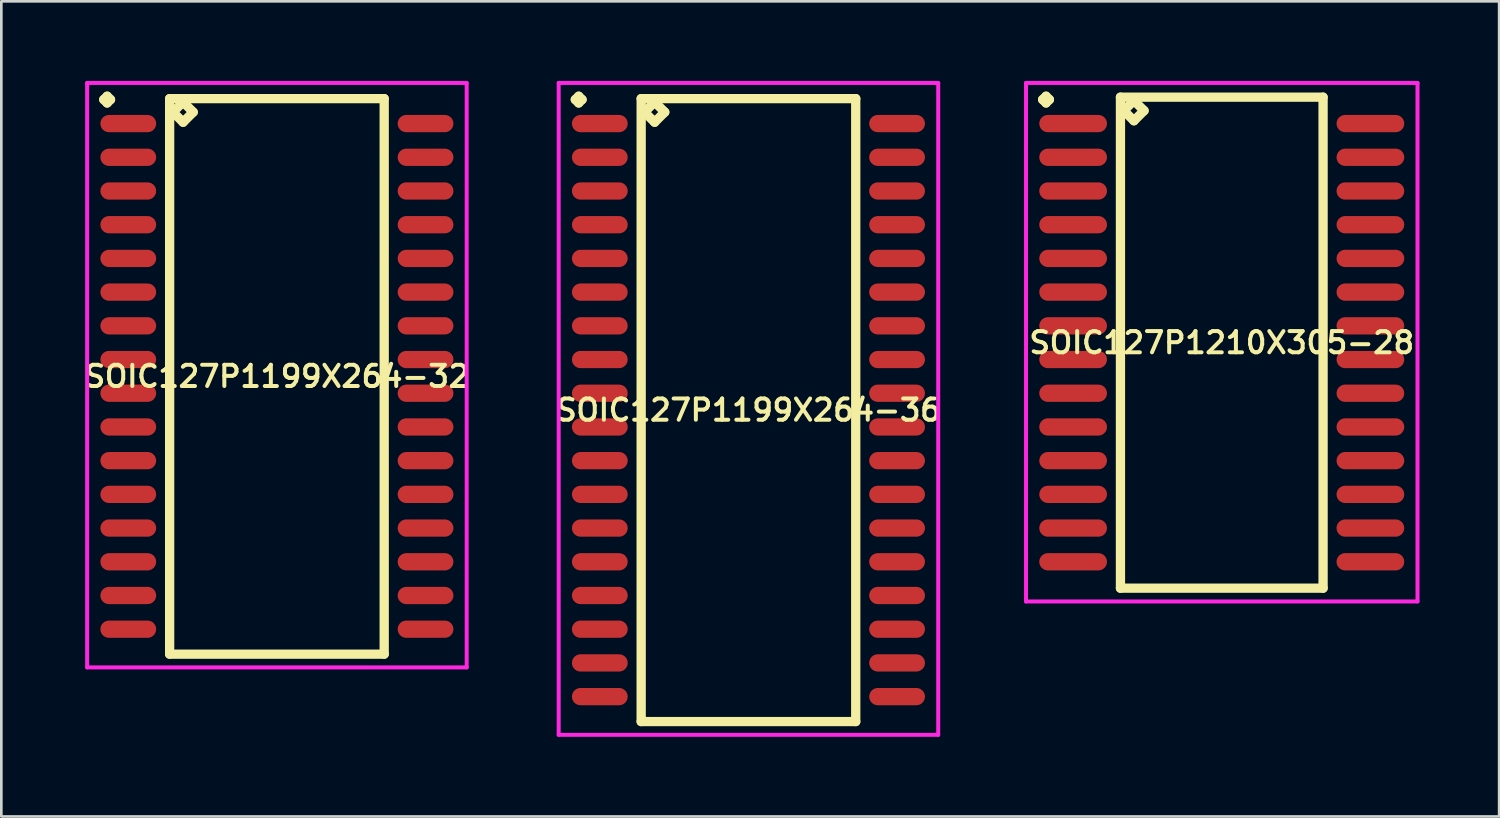
<source format=kicad_pcb>
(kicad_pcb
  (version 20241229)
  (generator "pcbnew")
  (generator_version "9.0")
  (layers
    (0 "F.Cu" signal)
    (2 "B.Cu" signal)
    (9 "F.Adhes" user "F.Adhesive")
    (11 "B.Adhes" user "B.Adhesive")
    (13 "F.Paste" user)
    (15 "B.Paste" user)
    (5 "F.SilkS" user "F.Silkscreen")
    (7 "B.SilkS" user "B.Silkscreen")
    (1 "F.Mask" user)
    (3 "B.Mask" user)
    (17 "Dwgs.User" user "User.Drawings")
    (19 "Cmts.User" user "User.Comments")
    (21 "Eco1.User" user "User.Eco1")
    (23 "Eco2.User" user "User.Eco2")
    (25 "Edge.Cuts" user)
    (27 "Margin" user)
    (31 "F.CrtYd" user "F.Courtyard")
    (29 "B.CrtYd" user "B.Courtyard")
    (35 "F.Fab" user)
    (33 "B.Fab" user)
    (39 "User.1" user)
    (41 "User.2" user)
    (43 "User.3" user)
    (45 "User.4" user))
  (footprint "SOIC127P1210X305-28"
    (layer "F.Cu")
    (at 42.982 9.861)
    (property "Reference" "SOIC127P1210X305-28" (at 0 0 0) (layer "F.SilkS") (effects (font (size 0.8 0.8) (thickness 0.15))))
    (attr smd)
    (fp_line (start -6.748 -9.159) (end -6.621 -9.286) (stroke (width 0.35) (type solid)) (layer "F.SilkS"))
    (fp_line (start -6.621 -9.286) (end -6.494 -9.159) (stroke (width 0.35) (type solid)) (layer "F.SilkS"))
    (fp_line (start -6.621 -9.032) (end -6.748 -9.159) (stroke (width 0.35) (type solid)) (layer "F.SilkS"))
    (fp_line (start -6.494 -9.159) (end -6.621 -9.032) (stroke (width 0.35) (type solid)) (layer "F.SilkS"))
    (fp_line (start -3.817 -9.25) (end -3.817 9.25) (stroke (width 0.35) (type solid)) (layer "F.SilkS"))
    (fp_line (start -3.817 9.25) (end 3.817 9.25) (stroke (width 0.35) (type solid)) (layer "F.SilkS"))
    (fp_line (start -3.69 -8.742) (end -3.309 -9.123) (stroke (width 0.35) (type solid)) (layer "F.SilkS"))
    (fp_line (start -3.309 -9.123) (end -2.928 -8.742) (stroke (width 0.35) (type solid)) (layer "F.SilkS"))
    (fp_line (start -3.309 -8.361) (end -3.69 -8.742) (stroke (width 0.35) (type solid)) (layer "F.SilkS"))
    (fp_line (start -2.928 -8.742) (end -3.309 -8.361) (stroke (width 0.35) (type solid)) (layer "F.SilkS"))
    (fp_line (start 3.817 -9.25) (end -3.817 -9.25) (stroke (width 0.35) (type solid)) (layer "F.SilkS"))
    (fp_line (start 3.817 9.25) (end 3.817 -9.25) (stroke (width 0.35) (type solid)) (layer "F.SilkS"))
    (fp_line (start -7.375 -9.786) (end 7.375 -9.786) (stroke (width 0.15) (type solid)) (layer "F.CrtYd"))
    (fp_line (start -7.375 9.75) (end -7.375 -9.786) (stroke (width 0.15) (type solid)) (layer "F.CrtYd"))
    (fp_line (start 7.375 -9.786) (end 7.375 9.75) (stroke (width 0.15) (type solid)) (layer "F.CrtYd"))
    (fp_line (start 7.375 9.75) (end -7.375 9.75) (stroke (width 0.15) (type solid)) (layer "F.CrtYd"))
    (pad "1" smd oval (at -5.6 -8.255) (size 2.55 0.65) (layers "F.Cu" "F.Mask" "F.Paste"))
    (pad "2" smd oval (at -5.6 -6.985) (size 2.55 0.65) (layers "F.Cu" "F.Mask" "F.Paste"))
    (pad "3" smd oval (at -5.6 -5.715) (size 2.55 0.65) (layers "F.Cu" "F.Mask" "F.Paste"))
    (pad "4" smd oval (at -5.6 -4.445) (size 2.55 0.65) (layers "F.Cu" "F.Mask" "F.Paste"))
    (pad "5" smd oval (at -5.6 -3.175) (size 2.55 0.65) (layers "F.Cu" "F.Mask" "F.Paste"))
    (pad "6" smd oval (at -5.6 -1.905) (size 2.55 0.65) (layers "F.Cu" "F.Mask" "F.Paste"))
    (pad "7" smd oval (at -5.6 -0.635) (size 2.55 0.65) (layers "F.Cu" "F.Mask" "F.Paste"))
    (pad "8" smd oval (at -5.6 0.635) (size 2.55 0.65) (layers "F.Cu" "F.Mask" "F.Paste"))
    (pad "9" smd oval (at -5.6 1.905) (size 2.55 0.65) (layers "F.Cu" "F.Mask" "F.Paste"))
    (pad "10" smd oval (at -5.6 3.175) (size 2.55 0.65) (layers "F.Cu" "F.Mask" "F.Paste"))
    (pad "11" smd oval (at -5.6 4.445) (size 2.55 0.65) (layers "F.Cu" "F.Mask" "F.Paste"))
    (pad "12" smd oval (at -5.6 5.715) (size 2.55 0.65) (layers "F.Cu" "F.Mask" "F.Paste"))
    (pad "13" smd oval (at -5.6 6.985) (size 2.55 0.65) (layers "F.Cu" "F.Mask" "F.Paste"))
    (pad "14" smd oval (at -5.6 8.255) (size 2.55 0.65) (layers "F.Cu" "F.Mask" "F.Paste"))
    (pad "15" smd oval (at 5.6 8.255) (size 2.55 0.65) (layers "F.Cu" "F.Mask" "F.Paste"))
    (pad "16" smd oval (at 5.6 6.985) (size 2.55 0.65) (layers "F.Cu" "F.Mask" "F.Paste"))
    (pad "17" smd oval (at 5.6 5.715) (size 2.55 0.65) (layers "F.Cu" "F.Mask" "F.Paste"))
    (pad "18" smd oval (at 5.6 4.445) (size 2.55 0.65) (layers "F.Cu" "F.Mask" "F.Paste"))
    (pad "19" smd oval (at 5.6 3.175) (size 2.55 0.65) (layers "F.Cu" "F.Mask" "F.Paste"))
    (pad "20" smd oval (at 5.6 1.905) (size 2.55 0.65) (layers "F.Cu" "F.Mask" "F.Paste"))
    (pad "21" smd oval (at 5.6 0.635) (size 2.55 0.65) (layers "F.Cu" "F.Mask" "F.Paste"))
    (pad "22" smd oval (at 5.6 -0.635) (size 2.55 0.65) (layers "F.Cu" "F.Mask" "F.Paste"))
    (pad "23" smd oval (at 5.6 -1.905) (size 2.55 0.65) (layers "F.Cu" "F.Mask" "F.Paste"))
    (pad "24" smd oval (at 5.6 -3.175) (size 2.55 0.65) (layers "F.Cu" "F.Mask" "F.Paste"))
    (pad "25" smd oval (at 5.6 -4.445) (size 2.55 0.65) (layers "F.Cu" "F.Mask" "F.Paste"))
    (pad "26" smd oval (at 5.6 -5.715) (size 2.55 0.65) (layers "F.Cu" "F.Mask" "F.Paste"))
    (pad "27" smd oval (at 5.6 -6.985) (size 2.55 0.65) (layers "F.Cu" "F.Mask" "F.Paste"))
    (pad "28" smd oval (at 5.6 -8.255) (size 2.55 0.65) (layers "F.Cu" "F.Mask" "F.Paste")))
  (footprint "SOIC127P1199X264-36"
    (layer "F.Cu")
    (at 25.149 12.401)
    (property "Reference" "SOIC127P1199X264-36" (at 0 0 0) (layer "F.SilkS") (effects (font (size 0.8 0.8) (thickness 0.15))))
    (attr smd)
    (fp_line (start -6.523 -11.699) (end -6.396 -11.826) (stroke (width 0.35) (type solid)) (layer "F.SilkS"))
    (fp_line (start -6.396 -11.826) (end -6.269 -11.699) (stroke (width 0.35) (type solid)) (layer "F.SilkS"))
    (fp_line (start -6.396 -11.572) (end -6.523 -11.699) (stroke (width 0.35) (type solid)) (layer "F.SilkS"))
    (fp_line (start -6.269 -11.699) (end -6.396 -11.572) (stroke (width 0.35) (type solid)) (layer "F.SilkS"))
    (fp_line (start -4.042 -11.735) (end -4.042 11.735) (stroke (width 0.35) (type solid)) (layer "F.SilkS"))
    (fp_line (start -4.042 11.735) (end 4.042 11.735) (stroke (width 0.35) (type solid)) (layer "F.SilkS"))
    (fp_line (start -3.915 -11.227) (end -3.534 -11.608) (stroke (width 0.35) (type solid)) (layer "F.SilkS"))
    (fp_line (start -3.534 -11.608) (end -3.153 -11.227) (stroke (width 0.35) (type solid)) (layer "F.SilkS"))
    (fp_line (start -3.534 -10.846) (end -3.915 -11.227) (stroke (width 0.35) (type solid)) (layer "F.SilkS"))
    (fp_line (start -3.153 -11.227) (end -3.534 -10.846) (stroke (width 0.35) (type solid)) (layer "F.SilkS"))
    (fp_line (start 4.042 -11.735) (end -4.042 -11.735) (stroke (width 0.35) (type solid)) (layer "F.SilkS"))
    (fp_line (start 4.042 11.735) (end 4.042 -11.735) (stroke (width 0.35) (type solid)) (layer "F.SilkS"))
    (fp_line (start -7.15 -12.326) (end 7.15 -12.326) (stroke (width 0.15) (type solid)) (layer "F.CrtYd"))
    (fp_line (start -7.15 12.235) (end -7.15 -12.326) (stroke (width 0.15) (type solid)) (layer "F.CrtYd"))
    (fp_line (start 7.15 -12.326) (end 7.15 12.235) (stroke (width 0.15) (type solid)) (layer "F.CrtYd"))
    (fp_line (start 7.15 12.235) (end -7.15 12.235) (stroke (width 0.15) (type solid)) (layer "F.CrtYd"))
    (pad "1" smd oval (at -5.6 -10.795) (size 2.1 0.65) (layers "F.Cu" "F.Mask" "F.Paste"))
    (pad "2" smd oval (at -5.6 -9.525) (size 2.1 0.65) (layers "F.Cu" "F.Mask" "F.Paste"))
    (pad "3" smd oval (at -5.6 -8.255) (size 2.1 0.65) (layers "F.Cu" "F.Mask" "F.Paste"))
    (pad "4" smd oval (at -5.6 -6.985) (size 2.1 0.65) (layers "F.Cu" "F.Mask" "F.Paste"))
    (pad "5" smd oval (at -5.6 -5.715) (size 2.1 0.65) (layers "F.Cu" "F.Mask" "F.Paste"))
    (pad "6" smd oval (at -5.6 -4.445) (size 2.1 0.65) (layers "F.Cu" "F.Mask" "F.Paste"))
    (pad "7" smd oval (at -5.6 -3.175) (size 2.1 0.65) (layers "F.Cu" "F.Mask" "F.Paste"))
    (pad "8" smd oval (at -5.6 -1.905) (size 2.1 0.65) (layers "F.Cu" "F.Mask" "F.Paste"))
    (pad "9" smd oval (at -5.6 -0.635) (size 2.1 0.65) (layers "F.Cu" "F.Mask" "F.Paste"))
    (pad "10" smd oval (at -5.6 0.635) (size 2.1 0.65) (layers "F.Cu" "F.Mask" "F.Paste"))
    (pad "11" smd oval (at -5.6 1.905) (size 2.1 0.65) (layers "F.Cu" "F.Mask" "F.Paste"))
    (pad "12" smd oval (at -5.6 3.175) (size 2.1 0.65) (layers "F.Cu" "F.Mask" "F.Paste"))
    (pad "13" smd oval (at -5.6 4.445) (size 2.1 0.65) (layers "F.Cu" "F.Mask" "F.Paste"))
    (pad "14" smd oval (at -5.6 5.715) (size 2.1 0.65) (layers "F.Cu" "F.Mask" "F.Paste"))
    (pad "15" smd oval (at -5.6 6.985) (size 2.1 0.65) (layers "F.Cu" "F.Mask" "F.Paste"))
    (pad "16" smd oval (at -5.6 8.255) (size 2.1 0.65) (layers "F.Cu" "F.Mask" "F.Paste"))
    (pad "17" smd oval (at -5.6 9.525) (size 2.1 0.65) (layers "F.Cu" "F.Mask" "F.Paste"))
    (pad "18" smd oval (at -5.6 10.795) (size 2.1 0.65) (layers "F.Cu" "F.Mask" "F.Paste"))
    (pad "19" smd oval (at 5.6 10.795) (size 2.1 0.65) (layers "F.Cu" "F.Mask" "F.Paste"))
    (pad "20" smd oval (at 5.6 9.525) (size 2.1 0.65) (layers "F.Cu" "F.Mask" "F.Paste"))
    (pad "21" smd oval (at 5.6 8.255) (size 2.1 0.65) (layers "F.Cu" "F.Mask" "F.Paste"))
    (pad "22" smd oval (at 5.6 6.985) (size 2.1 0.65) (layers "F.Cu" "F.Mask" "F.Paste"))
    (pad "23" smd oval (at 5.6 5.715) (size 2.1 0.65) (layers "F.Cu" "F.Mask" "F.Paste"))
    (pad "24" smd oval (at 5.6 4.445) (size 2.1 0.65) (layers "F.Cu" "F.Mask" "F.Paste"))
    (pad "25" smd oval (at 5.6 3.175) (size 2.1 0.65) (layers "F.Cu" "F.Mask" "F.Paste"))
    (pad "26" smd oval (at 5.6 1.905) (size 2.1 0.65) (layers "F.Cu" "F.Mask" "F.Paste"))
    (pad "27" smd oval (at 5.6 0.635) (size 2.1 0.65) (layers "F.Cu" "F.Mask" "F.Paste"))
    (pad "28" smd oval (at 5.6 -0.635) (size 2.1 0.65) (layers "F.Cu" "F.Mask" "F.Paste"))
    (pad "29" smd oval (at 5.6 -1.905) (size 2.1 0.65) (layers "F.Cu" "F.Mask" "F.Paste"))
    (pad "30" smd oval (at 5.6 -3.175) (size 2.1 0.65) (layers "F.Cu" "F.Mask" "F.Paste"))
    (pad "31" smd oval (at 5.6 -4.445) (size 2.1 0.65) (layers "F.Cu" "F.Mask" "F.Paste"))
    (pad "32" smd oval (at 5.6 -5.715) (size 2.1 0.65) (layers "F.Cu" "F.Mask" "F.Paste"))
    (pad "33" smd oval (at 5.6 -6.985) (size 2.1 0.65) (layers "F.Cu" "F.Mask" "F.Paste"))
    (pad "34" smd oval (at 5.6 -8.255) (size 2.1 0.65) (layers "F.Cu" "F.Mask" "F.Paste"))
    (pad "35" smd oval (at 5.6 -9.525) (size 2.1 0.65) (layers "F.Cu" "F.Mask" "F.Paste"))
    (pad "36" smd oval (at 5.6 -10.795) (size 2.1 0.65) (layers "F.Cu" "F.Mask" "F.Paste")))
  (footprint "SOIC127P1199X264-32"
    (layer "F.Cu")
    (at 7.383 11.131)
    (property "Reference" "SOIC127P1199X264-32" (at 0 0 0) (layer "F.SilkS") (effects (font (size 0.8 0.8) (thickness 0.15))))
    (attr smd)
    (fp_line (start -6.523 -10.429) (end -6.396 -10.556) (stroke (width 0.35) (type solid)) (layer "F.SilkS"))
    (fp_line (start -6.396 -10.556) (end -6.269 -10.429) (stroke (width 0.35) (type solid)) (layer "F.SilkS"))
    (fp_line (start -6.396 -10.302) (end -6.523 -10.429) (stroke (width 0.35) (type solid)) (layer "F.SilkS"))
    (fp_line (start -6.269 -10.429) (end -6.396 -10.302) (stroke (width 0.35) (type solid)) (layer "F.SilkS"))
    (fp_line (start -4.042 -10.465) (end -4.042 10.465) (stroke (width 0.35) (type solid)) (layer "F.SilkS"))
    (fp_line (start -4.042 10.465) (end 4.042 10.465) (stroke (width 0.35) (type solid)) (layer "F.SilkS"))
    (fp_line (start -3.915 -9.957) (end -3.534 -10.338) (stroke (width 0.35) (type solid)) (layer "F.SilkS"))
    (fp_line (start -3.534 -10.338) (end -3.153 -9.957) (stroke (width 0.35) (type solid)) (layer "F.SilkS"))
    (fp_line (start -3.534 -9.576) (end -3.915 -9.957) (stroke (width 0.35) (type solid)) (layer "F.SilkS"))
    (fp_line (start -3.153 -9.957) (end -3.534 -9.576) (stroke (width 0.35) (type solid)) (layer "F.SilkS"))
    (fp_line (start 4.042 -10.465) (end -4.042 -10.465) (stroke (width 0.35) (type solid)) (layer "F.SilkS"))
    (fp_line (start 4.042 10.465) (end 4.042 -10.465) (stroke (width 0.35) (type solid)) (layer "F.SilkS"))
    (fp_line (start -7.15 -11.056) (end 7.15 -11.056) (stroke (width 0.15) (type solid)) (layer "F.CrtYd"))
    (fp_line (start -7.15 10.965) (end -7.15 -11.056) (stroke (width 0.15) (type solid)) (layer "F.CrtYd"))
    (fp_line (start 7.15 -11.056) (end 7.15 10.965) (stroke (width 0.15) (type solid)) (layer "F.CrtYd"))
    (fp_line (start 7.15 10.965) (end -7.15 10.965) (stroke (width 0.15) (type solid)) (layer "F.CrtYd"))
    (pad "1" smd oval (at -5.6 -9.525) (size 2.1 0.65) (layers "F.Cu" "F.Mask" "F.Paste"))
    (pad "2" smd oval (at -5.6 -8.255) (size 2.1 0.65) (layers "F.Cu" "F.Mask" "F.Paste"))
    (pad "3" smd oval (at -5.6 -6.985) (size 2.1 0.65) (layers "F.Cu" "F.Mask" "F.Paste"))
    (pad "4" smd oval (at -5.6 -5.715) (size 2.1 0.65) (layers "F.Cu" "F.Mask" "F.Paste"))
    (pad "5" smd oval (at -5.6 -4.445) (size 2.1 0.65) (layers "F.Cu" "F.Mask" "F.Paste"))
    (pad "6" smd oval (at -5.6 -3.175) (size 2.1 0.65) (layers "F.Cu" "F.Mask" "F.Paste"))
    (pad "7" smd oval (at -5.6 -1.905) (size 2.1 0.65) (layers "F.Cu" "F.Mask" "F.Paste"))
    (pad "8" smd oval (at -5.6 -0.635) (size 2.1 0.65) (layers "F.Cu" "F.Mask" "F.Paste"))
    (pad "9" smd oval (at -5.6 0.635) (size 2.1 0.65) (layers "F.Cu" "F.Mask" "F.Paste"))
    (pad "10" smd oval (at -5.6 1.905) (size 2.1 0.65) (layers "F.Cu" "F.Mask" "F.Paste"))
    (pad "11" smd oval (at -5.6 3.175) (size 2.1 0.65) (layers "F.Cu" "F.Mask" "F.Paste"))
    (pad "12" smd oval (at -5.6 4.445) (size 2.1 0.65) (layers "F.Cu" "F.Mask" "F.Paste"))
    (pad "13" smd oval (at -5.6 5.715) (size 2.1 0.65) (layers "F.Cu" "F.Mask" "F.Paste"))
    (pad "14" smd oval (at -5.6 6.985) (size 2.1 0.65) (layers "F.Cu" "F.Mask" "F.Paste"))
    (pad "15" smd oval (at -5.6 8.255) (size 2.1 0.65) (layers "F.Cu" "F.Mask" "F.Paste"))
    (pad "16" smd oval (at -5.6 9.525) (size 2.1 0.65) (layers "F.Cu" "F.Mask" "F.Paste"))
    (pad "17" smd oval (at 5.6 9.525) (size 2.1 0.65) (layers "F.Cu" "F.Mask" "F.Paste"))
    (pad "18" smd oval (at 5.6 8.255) (size 2.1 0.65) (layers "F.Cu" "F.Mask" "F.Paste"))
    (pad "19" smd oval (at 5.6 6.985) (size 2.1 0.65) (layers "F.Cu" "F.Mask" "F.Paste"))
    (pad "20" smd oval (at 5.6 5.715) (size 2.1 0.65) (layers "F.Cu" "F.Mask" "F.Paste"))
    (pad "21" smd oval (at 5.6 4.445) (size 2.1 0.65) (layers "F.Cu" "F.Mask" "F.Paste"))
    (pad "22" smd oval (at 5.6 3.175) (size 2.1 0.65) (layers "F.Cu" "F.Mask" "F.Paste"))
    (pad "23" smd oval (at 5.6 1.905) (size 2.1 0.65) (layers "F.Cu" "F.Mask" "F.Paste"))
    (pad "24" smd oval (at 5.6 0.635) (size 2.1 0.65) (layers "F.Cu" "F.Mask" "F.Paste"))
    (pad "25" smd oval (at 5.6 -0.635) (size 2.1 0.65) (layers "F.Cu" "F.Mask" "F.Paste"))
    (pad "26" smd oval (at 5.6 -1.905) (size 2.1 0.65) (layers "F.Cu" "F.Mask" "F.Paste"))
    (pad "27" smd oval (at 5.6 -3.175) (size 2.1 0.65) (layers "F.Cu" "F.Mask" "F.Paste"))
    (pad "28" smd oval (at 5.6 -4.445) (size 2.1 0.65) (layers "F.Cu" "F.Mask" "F.Paste"))
    (pad "29" smd oval (at 5.6 -5.715) (size 2.1 0.65) (layers "F.Cu" "F.Mask" "F.Paste"))
    (pad "30" smd oval (at 5.6 -6.985) (size 2.1 0.65) (layers "F.Cu" "F.Mask" "F.Paste"))
    (pad "31" smd oval (at 5.6 -8.255) (size 2.1 0.65) (layers "F.Cu" "F.Mask" "F.Paste"))
    (pad "32" smd oval (at 5.6 -9.525) (size 2.1 0.65) (layers "F.Cu" "F.Mask" "F.Paste")))
  (gr_rect
    (start -3 -3)
    (end 53.432 27.711)
    (stroke (width 0.1) (type default))
    (fill no)
    (layer "Edge.Cuts")))
</source>
